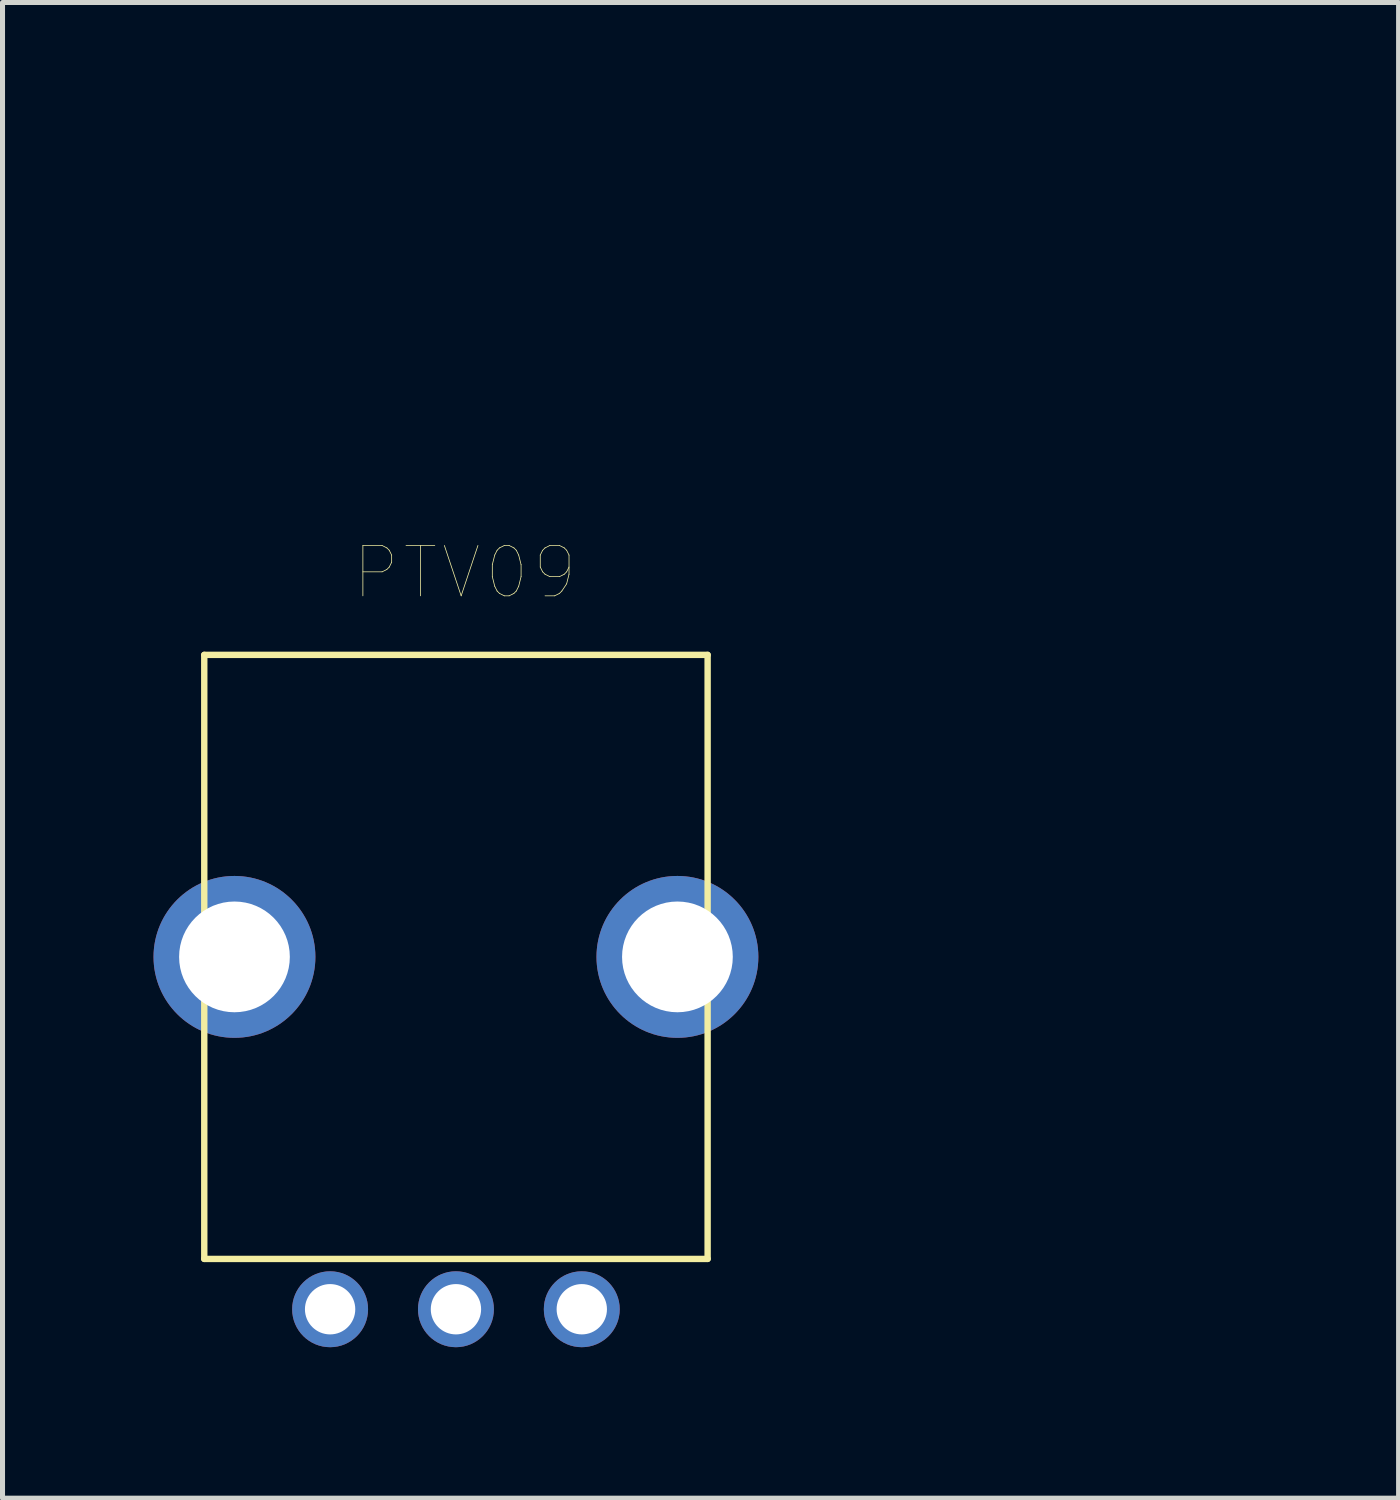
<source format=kicad_pcb>
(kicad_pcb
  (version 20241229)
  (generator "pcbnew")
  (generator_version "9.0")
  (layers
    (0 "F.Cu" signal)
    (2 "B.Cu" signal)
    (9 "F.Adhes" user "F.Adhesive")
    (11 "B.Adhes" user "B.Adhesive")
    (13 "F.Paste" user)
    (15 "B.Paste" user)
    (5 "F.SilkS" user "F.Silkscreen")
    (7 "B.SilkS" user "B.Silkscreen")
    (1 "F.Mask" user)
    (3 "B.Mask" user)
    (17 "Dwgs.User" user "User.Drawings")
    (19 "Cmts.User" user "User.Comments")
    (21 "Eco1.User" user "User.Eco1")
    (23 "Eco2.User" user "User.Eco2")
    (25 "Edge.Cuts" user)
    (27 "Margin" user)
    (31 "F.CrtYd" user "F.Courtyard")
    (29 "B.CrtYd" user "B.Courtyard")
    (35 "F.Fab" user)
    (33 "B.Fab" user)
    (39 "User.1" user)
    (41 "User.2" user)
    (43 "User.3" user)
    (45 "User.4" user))
  (footprint "PTV09"
    (layer "F.Cu")
    (at 6.008 22.96)
    (property "Reference" "PTV09" (at 0.175 -14.635 0) (layer "F.SilkS") (effects (font (size 1 1) (thickness 0.015))))
    (attr through_hole)
    (fp_line (start -5 -13) (end -5 -1) (stroke (width 0.127) (type solid)) (layer "F.SilkS"))
    (fp_line (start -5 -1) (end 5 -1) (stroke (width 0.127) (type solid)) (layer "F.SilkS"))
    (fp_line (start 5 -13) (end -5 -13) (stroke (width 0.127) (type solid)) (layer "F.SilkS"))
    (fp_line (start 5 -1) (end 5 -13) (stroke (width 0.127) (type solid)) (layer "F.SilkS"))
    (pad "1" thru_hole circle (at -2.5 0) (size 1.508 1.508) (drill 1) (layers "*.Cu" "*.Mask"))
    (pad "2" thru_hole circle (at 0 0) (size 1.508 1.508) (drill 1) (layers "*.Cu" "*.Mask"))
    (pad "3" thru_hole circle (at 2.5 0) (size 1.508 1.508) (drill 1) (layers "*.Cu" "*.Mask"))
    (pad "NC1" thru_hole circle (at -4.4 -7) (size 3.216 3.216) (drill 2.2) (layers "*.Cu" "*.Mask"))
    (pad "NC2" thru_hole circle (at 4.4 -7) (size 3.216 3.216) (drill 2.2) (layers "*.Cu" "*.Mask")))
  (footprint "logo"
    (layer "F.Cu")
    (at 10.978 2.63)
    (property "Reference" "logo" (at 0 0 0) (layer "F.Mask") (effects (font (size 1.524 1.524) (thickness 0.3))))
    (attr through_hole)
    (fp_poly (pts (xy -7.488 -1.938) (xy -7.391 -1.883) (xy -7.367 -1.738) (xy -7.366 -1.651) (xy -7.379 -1.452) (xy -7.453 -1.371) (xy -7.636 -1.355) (xy -7.652 -1.355) (xy -7.865 -1.381) (xy -7.968 -1.482) (xy -7.99 -1.545) (xy -8.037 -1.783) (xy -7.993 -1.903) (xy -7.83 -1.944) (xy -7.705 -1.947) (xy -7.488 -1.938)) (stroke (width 0.01) (type solid)) (fill yes) (layer "F.Mask"))
    (fp_poly (pts (xy -7.207 -0.106) (xy -7.16 0.326) (xy -7.114 0.747) (xy -7.076 1.097) (xy -7.059 1.249) (xy -7.008 1.693) (xy -7.312 1.693) (xy -7.527 1.672) (xy -7.629 1.589) (xy -7.657 1.503) (xy -7.682 1.343) (xy -7.717 1.057) (xy -7.757 0.691) (xy -7.788 0.381) (xy -7.829 -0.023) (xy -7.868 -0.386) (xy -7.9 -0.662) (xy -7.916 -0.783) (xy -7.928 -0.934) (xy -7.866 -1) (xy -7.688 -1.016) (xy -7.629 -1.016) (xy -7.305 -1.016) (xy -7.207 -0.106)) (stroke (width 0.01) (type solid)) (fill yes) (layer "F.Mask"))
    (fp_poly (pts (xy 0.254 -1.011) (xy 0.515 -1.204) (xy 0.849 -1.364) (xy 1.212 -1.4) (xy 1.55 -1.313) (xy 1.729 -1.192) (xy 1.817 -1.102) (xy 1.878 -1.008) (xy 1.916 -0.877) (xy 1.937 -0.678) (xy 1.945 -0.378) (xy 1.947 0.054) (xy 1.947 0.142) (xy 1.947 1.27) (xy 1.301 1.27) (xy 1.338 0.312) (xy 1.351 -0.115) (xy 1.349 -0.407) (xy 1.329 -0.596) (xy 1.287 -0.716) (xy 1.229 -0.791) (xy 1.029 -0.891) (xy 0.785 -0.832) (xy 0.491 -0.613) (xy 0.487 -0.61) (xy 0.38 -0.5) (xy 0.312 -0.388) (xy 0.274 -0.234) (xy 0.258 0.003) (xy 0.254 0.363) (xy 0.254 0.439) (xy 0.254 1.27) (xy -0.339 1.27) (xy -0.339 -2.625) (xy 0.254 -2.625) (xy 0.254 -1.011)) (stroke (width 0.01) (type solid)) (fill yes) (layer "F.Mask"))
    (fp_poly (pts (xy -10.368 -1.591) (xy -10.347 -1.502) (xy -10.307 -1.278) (xy -10.253 -0.952) (xy -10.19 -0.556) (xy -10.124 -0.123) (xy -10.058 0.315) (xy -9.999 0.725) (xy -9.95 1.074) (xy -9.918 1.33) (xy -9.906 1.459) (xy -9.826 1.501) (xy -9.6 1.508) (xy -9.244 1.481) (xy -8.779 1.422) (xy -8.557 1.388) (xy -8.339 1.361) (xy -8.24 1.388) (xy -8.214 1.493) (xy -8.213 1.556) (xy -8.234 1.722) (xy -8.276 1.783) (xy -8.38 1.796) (xy -8.617 1.829) (xy -8.952 1.876) (xy -9.352 1.932) (xy -9.377 1.936) (xy -9.772 1.992) (xy -10.099 2.037) (xy -10.325 2.068) (xy -10.419 2.079) (xy -10.42 2.079) (xy -10.434 1.998) (xy -10.469 1.774) (xy -10.523 1.431) (xy -10.591 0.994) (xy -10.669 0.488) (xy -10.699 0.296) (xy -10.973 -1.482) (xy -10.689 -1.555) (xy -10.489 -1.594) (xy -10.374 -1.595) (xy -10.368 -1.591)) (stroke (width 0.01) (type solid)) (fill yes) (layer "F.Mask"))
    (fp_poly (pts (xy -2.869 -1.926) (xy -2.855 -1.513) (xy -2.83 -1.069) (xy -2.805 -0.766) (xy -2.752 -0.22) (xy -2.244 -0.828) (xy -1.997 -1.116) (xy -1.82 -1.296) (xy -1.68 -1.393) (xy -1.541 -1.431) (xy -1.418 -1.438) (xy -1.214 -1.42) (xy -1.106 -1.374) (xy -1.101 -1.36) (xy -1.153 -1.264) (xy -1.294 -1.076) (xy -1.497 -0.829) (xy -1.606 -0.703) (xy -2.111 -0.127) (xy -1.479 0.51) (xy -1.219 0.777) (xy -1.011 1.001) (xy -0.88 1.155) (xy -0.847 1.208) (xy -0.923 1.245) (xy -1.116 1.268) (xy -1.249 1.272) (xy -1.438 1.267) (xy -1.585 1.236) (xy -1.727 1.155) (xy -1.9 1.001) (xy -2.141 0.751) (xy -2.228 0.658) (xy -2.806 0.042) (xy -2.702 1.355) (xy -3.364 1.355) (xy -3.421 -0.233) (xy -3.442 -0.762) (xy -3.465 -1.256) (xy -3.488 -1.683) (xy -3.51 -2.006) (xy -3.527 -2.18) (xy -3.575 -2.54) (xy -2.879 -2.54) (xy -2.869 -1.926)) (stroke (width 0.01) (type solid)) (fill yes) (layer "F.Mask"))
    (fp_poly (pts (xy 6.03 -1.17) (xy 6.151 -1.152) (xy 6.239 -1.109) (xy 6.311 -1.011) (xy 6.385 -0.828) (xy 6.476 -0.533) (xy 6.56 -0.239) (xy 6.668 0.129) (xy 6.764 0.436) (xy 6.836 0.644) (xy 6.87 0.717) (xy 6.928 0.669) (xy 7.045 0.498) (xy 7.204 0.232) (xy 7.364 -0.059) (xy 7.548 -0.401) (xy 7.707 -0.687) (xy 7.822 -0.885) (xy 7.87 -0.958) (xy 7.99 -0.986) (xy 8.188 -0.959) (xy 8.193 -0.958) (xy 8.451 -0.889) (xy 7.77 0.36) (xy 7.52 0.817) (xy 7.334 1.147) (xy 7.196 1.369) (xy 7.09 1.506) (xy 6.999 1.577) (xy 6.908 1.604) (xy 6.808 1.609) (xy 6.663 1.601) (xy 6.566 1.557) (xy 6.492 1.441) (xy 6.414 1.22) (xy 6.347 0.995) (xy 6.229 0.594) (xy 6.091 0.131) (xy 5.964 -0.296) (xy 5.962 -0.301) (xy 5.847 -0.692) (xy 5.784 -0.948) (xy 5.775 -1.097) (xy 5.822 -1.164) (xy 5.928 -1.177) (xy 6.03 -1.17)) (stroke (width 0.01) (type solid)) (fill yes) (layer "F.Mask"))
    (fp_poly (pts (xy 4.436 -1.228) (xy 4.821 -1.033) (xy 5.087 -0.721) (xy 5.228 -0.298) (xy 5.249 -0.018) (xy 5.195 0.502) (xy 5.029 0.895) (xy 4.749 1.166) (xy 4.35 1.317) (xy 3.937 1.354) (xy 3.511 1.32) (xy 3.197 1.211) (xy 3.158 1.189) (xy 2.869 0.936) (xy 2.696 0.591) (xy 2.627 0.13) (xy 2.625 0.017) (xy 2.633 -0.052) (xy 3.232 -0.052) (xy 3.248 0.281) (xy 3.333 0.585) (xy 3.474 0.805) (xy 3.575 0.875) (xy 3.907 0.93) (xy 4.225 0.848) (xy 4.409 0.713) (xy 4.53 0.552) (xy 4.593 0.362) (xy 4.614 0.081) (xy 4.614 -0.014) (xy 4.604 -0.317) (xy 4.562 -0.505) (xy 4.473 -0.633) (xy 4.414 -0.685) (xy 4.113 -0.835) (xy 3.804 -0.835) (xy 3.527 -0.695) (xy 3.323 -0.428) (xy 3.295 -0.362) (xy 3.232 -0.052) (xy 2.633 -0.052) (xy 2.689 -0.482) (xy 2.877 -0.866) (xy 3.185 -1.133) (xy 3.607 -1.275) (xy 3.939 -1.299) (xy 4.436 -1.228)) (stroke (width 0.01) (type solid)) (fill yes) (layer "F.Mask"))
    (fp_poly (pts (xy 9.978 -0.723) (xy 10.342 -0.611) (xy 10.569 -0.43) (xy 10.634 -0.293) (xy 10.656 -0.071) (xy 10.651 0.261) (xy 10.622 0.649) (xy 10.573 1.035) (xy 10.537 1.235) (xy 10.534 1.49) (xy 10.618 1.631) (xy 10.727 1.796) (xy 10.753 1.899) (xy 10.685 2.002) (xy 10.52 2.04) (xy 10.315 2.016) (xy 10.128 1.935) (xy 10.046 1.855) (xy 9.925 1.735) (xy 9.788 1.752) (xy 9.75 1.771) (xy 9.558 1.829) (xy 9.29 1.861) (xy 9.208 1.863) (xy 8.841 1.796) (xy 8.574 1.615) (xy 8.426 1.346) (xy 8.421 1.172) (xy 9.07 1.172) (xy 9.173 1.308) (xy 9.249 1.346) (xy 9.518 1.376) (xy 9.757 1.286) (xy 9.91 1.104) (xy 9.932 1.032) (xy 9.95 0.81) (xy 9.873 0.704) (xy 9.672 0.677) (xy 9.666 0.677) (xy 9.408 0.725) (xy 9.209 0.846) (xy 9.089 1.007) (xy 9.07 1.172) (xy 8.421 1.172) (xy 8.416 1.018) (xy 8.472 0.835) (xy 8.669 0.574) (xy 9.006 0.41) (xy 9.483 0.341) (xy 9.607 0.339) (xy 9.875 0.333) (xy 10.015 0.304) (xy 10.068 0.234) (xy 10.075 0.133) (xy 10.009 -0.129) (xy 9.817 -0.284) (xy 9.513 -0.321) (xy 9.446 -0.315) (xy 9.186 -0.273) (xy 8.979 -0.221) (xy 8.949 -0.21) (xy 8.847 -0.188) (xy 8.83 -0.268) (xy 8.855 -0.391) (xy 8.91 -0.591) (xy 8.983 -0.702) (xy 9.12 -0.75) (xy 9.365 -0.762) (xy 9.49 -0.762) (xy 9.978 -0.723)) (stroke (width 0.01) (type solid)) (fill yes) (layer "F.Mask"))
    (fp_poly (pts (xy -5.135 -1.174) (xy -4.856 -1.135) (xy -4.711 -1.077) (xy -4.573 -0.886) (xy -4.473 -0.556) (xy -4.416 -0.114) (xy -4.405 0.196) (xy -4.374 0.618) (xy -4.287 0.891) (xy -4.147 1.011) (xy -4.103 1.016) (xy -4.001 1.086) (xy -3.979 1.176) (xy -4.049 1.335) (xy -4.224 1.424) (xy -4.45 1.435) (xy -4.676 1.358) (xy -4.756 1.299) (xy -4.882 1.207) (xy -4.987 1.234) (xy -5.077 1.309) (xy -5.263 1.412) (xy -5.53 1.488) (xy -5.623 1.502) (xy -5.879 1.515) (xy -6.054 1.463) (xy -6.232 1.316) (xy -6.261 1.287) (xy -6.461 1.027) (xy -6.51 0.77) (xy -6.486 0.691) (xy -5.842 0.691) (xy -5.77 0.882) (xy -5.74 0.914) (xy -5.627 0.998) (xy -5.496 0.998) (xy -5.291 0.91) (xy -5.245 0.887) (xy -5.067 0.759) (xy -5.001 0.581) (xy -4.995 0.462) (xy -5.006 0.267) (xy -5.065 0.199) (xy -5.213 0.217) (xy -5.228 0.22) (xy -5.555 0.338) (xy -5.764 0.503) (xy -5.842 0.691) (xy -6.486 0.691) (xy -6.418 0.463) (xy -6.418 0.463) (xy -6.263 0.271) (xy -6.01 0.089) (xy -5.726 -0.043) (xy -5.514 -0.085) (xy -5.235 -0.132) (xy -5.096 -0.272) (xy -5.08 -0.373) (xy -5.144 -0.608) (xy -5.32 -0.735) (xy -5.587 -0.75) (xy -5.922 -0.648) (xy -6.034 -0.593) (xy -6.35 -0.423) (xy -6.35 -0.711) (xy -6.325 -0.921) (xy -6.218 -1.036) (xy -6.083 -1.092) (xy -5.808 -1.154) (xy -5.472 -1.181) (xy -5.135 -1.174)) (stroke (width 0.01) (type solid)) (fill yes) (layer "F.Mask")))
  (gr_rect
    (start -3 -3)
    (end 24.735 26.714)
    (stroke (width 0.1) (type default))
    (fill no)
    (layer "Edge.Cuts")))
</source>
